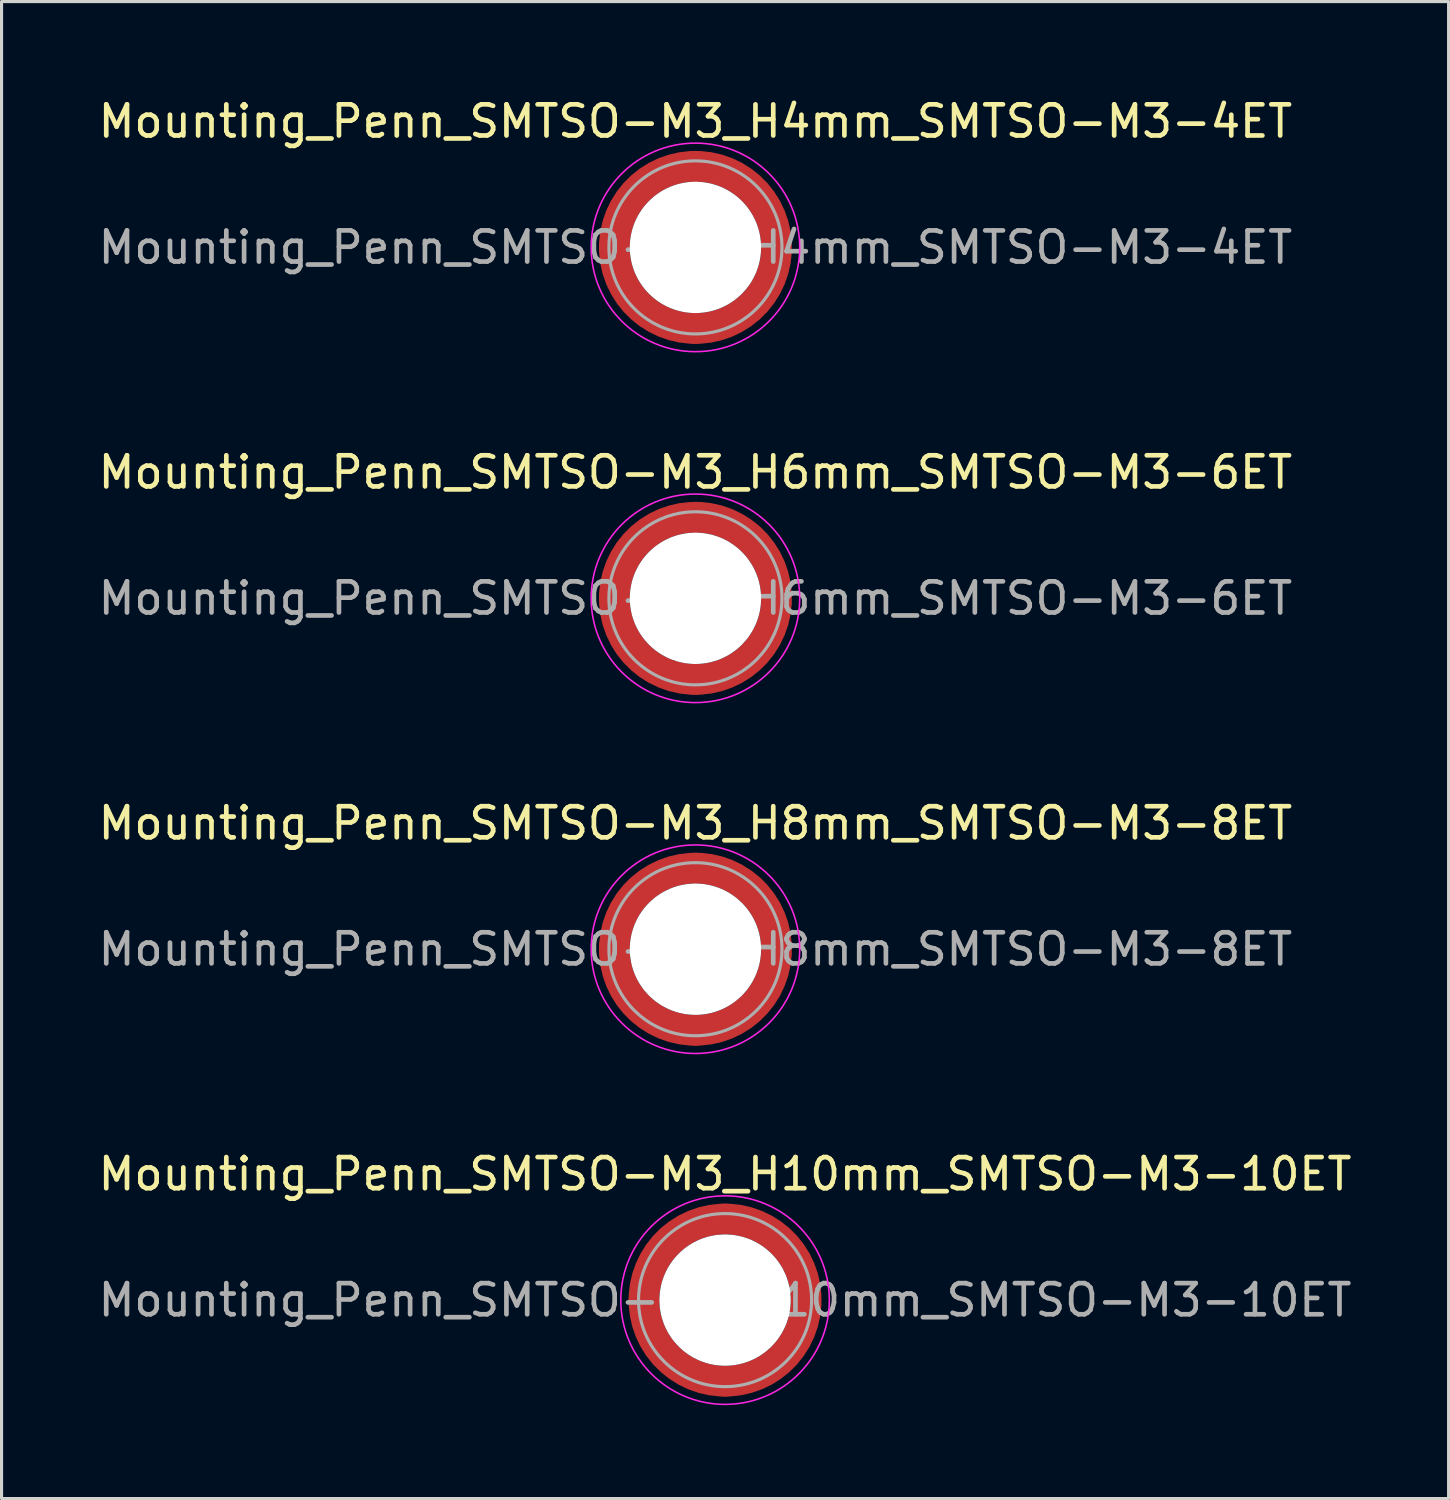
<source format=kicad_pcb>
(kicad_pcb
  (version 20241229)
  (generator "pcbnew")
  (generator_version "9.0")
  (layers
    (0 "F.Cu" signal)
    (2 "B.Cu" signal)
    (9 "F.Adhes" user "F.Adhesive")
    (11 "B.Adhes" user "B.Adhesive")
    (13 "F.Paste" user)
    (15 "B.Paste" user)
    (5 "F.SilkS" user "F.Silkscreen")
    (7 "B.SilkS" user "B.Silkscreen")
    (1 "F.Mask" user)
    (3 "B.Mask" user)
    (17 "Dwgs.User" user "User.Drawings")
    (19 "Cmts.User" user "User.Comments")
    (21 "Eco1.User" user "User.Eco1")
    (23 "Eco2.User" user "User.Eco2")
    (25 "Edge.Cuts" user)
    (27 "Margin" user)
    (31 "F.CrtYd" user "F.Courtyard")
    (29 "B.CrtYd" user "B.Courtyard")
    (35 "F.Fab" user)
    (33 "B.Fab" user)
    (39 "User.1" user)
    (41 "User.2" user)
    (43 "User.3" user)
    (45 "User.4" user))
  (footprint "Mounting_Penn_SMTSO-M3_H6mm_SMTSO-M3-6ET"
    (layer "F.Cu")
    (at 19.292 16.172)
    (property "Reference" "Mounting_Penn_SMTSO-M3_H6mm_SMTSO-M3-6ET" (at 0 -4.05 0) (layer "F.SilkS") (effects (font (size 1 1) (thickness 0.15))))
    (attr smd)
    (fp_circle (center 0 0) (end 3.35 0) (stroke (width 0.05) (type solid)) (fill no) (layer "F.CrtYd"))
    (fp_circle (center 0 0) (end 2.78 0) (stroke (width 0.1) (type solid)) (fill no) (layer "F.Fab"))
    (fp_text user "${REFERENCE}" (at 0 0 0) (layer "F.Fab") (effects (font (size 1 1) (thickness 0.15))))
    (pad "" smd custom (at -1.842 -1.842) (size 0.395 0.395) (layers "F.Paste") (options (anchor circle)) (primitives (gr_arc (start -0.448423 1.542013) (mid 0.208597 0.208597) (end 1.542013 -0.448423) (width 0.2)) (gr_arc (start -0.547562 1.542013) (mid 0.139064 0.139064) (end 1.542013 -0.547562) (width 0.2)) (gr_arc (start -0.646637 1.542013) (mid 0.069532 0.069532) (end 1.542013 -0.646637) (width 0.2)) (gr_arc (start -0.745655 1.542013) (mid 0 0) (end 1.542013 -0.745655) (width 0.2)) (gr_arc (start -0.844622 1.542013) (mid -0.069532 -0.069532) (end 1.542013 -0.844622) (width 0.2)) (gr_arc (start -0.943545 1.542013) (mid -0.139064 -0.139064) (end 1.542013 -0.943545) (width 0.2)) (gr_arc (start -1.042428 1.542013) (mid -0.208597 -0.208597) (end 1.542013 -1.042428) (width 0.2)) (gr_arc (start -1.042428 1.542013) (mid -0.208597 -0.208597) (end 1.542013 -1.042428) (width 0.2)) (gr_line (start 1.542 -0.448) (end 1.542 -1.042) (width 0.2)) (gr_line (start -0.448 1.542) (end -1.042 1.542) (width 0.2))))
    (pad "" smd custom (at -1.842 1.842) (size 0.395 0.395) (layers "F.Paste") (options (anchor circle)) (primitives (gr_arc (start 1.542013 0.448423) (mid 0.208597 -0.208597) (end -0.448423 -1.542013) (width 0.2)) (gr_arc (start 1.542013 0.547562) (mid 0.139064 -0.139064) (end -0.547562 -1.542013) (width 0.2)) (gr_arc (start 1.542013 0.646637) (mid 0.069532 -0.069532) (end -0.646637 -1.542013) (width 0.2)) (gr_arc (start 1.542013 0.745655) (mid 0 0) (end -0.745655 -1.542013) (width 0.2)) (gr_arc (start 1.542013 0.844622) (mid -0.069532 0.069532) (end -0.844622 -1.542013) (width 0.2)) (gr_arc (start 1.542013 0.943545) (mid -0.139064 0.139064) (end -0.943545 -1.542013) (width 0.2)) (gr_arc (start 1.542013 1.042428) (mid -0.208597 0.208597) (end -1.042428 -1.542013) (width 0.2)) (gr_arc (start 1.542013 1.042428) (mid -0.208597 0.208597) (end -1.042428 -1.542013) (width 0.2)) (gr_line (start -0.448 -1.542) (end -1.042 -1.542) (width 0.2)) (gr_line (start 1.542 0.448) (end 1.542 1.042) (width 0.2))))
    (pad "" np_thru_hole circle (at 0 0) (size 4.22 4.22) (drill 4.22) (layers "*.Cu" "*.Mask"))
    (pad "" smd custom (at 1.842 -1.842) (size 0.395 0.395) (layers "F.Paste") (options (anchor circle)) (primitives (gr_arc (start -1.542013 -0.448423) (mid -0.208597 0.208597) (end 0.448423 1.542013) (width 0.2)) (gr_arc (start -1.542013 -0.547562) (mid -0.139064 0.139064) (end 0.547562 1.542013) (width 0.2)) (gr_arc (start -1.542013 -0.646637) (mid -0.069532 0.069532) (end 0.646637 1.542013) (width 0.2)) (gr_arc (start -1.542013 -0.745655) (mid 0 0) (end 0.745655 1.542013) (width 0.2)) (gr_arc (start -1.542013 -0.844622) (mid 0.069532 -0.069532) (end 0.844622 1.542013) (width 0.2)) (gr_arc (start -1.542013 -0.943545) (mid 0.139064 -0.139064) (end 0.943545 1.542013) (width 0.2)) (gr_arc (start -1.542013 -1.042428) (mid 0.208597 -0.208597) (end 1.042428 1.542013) (width 0.2)) (gr_arc (start -1.542013 -1.042428) (mid 0.208597 -0.208597) (end 1.042428 1.542013) (width 0.2)) (gr_line (start 0.448 1.542) (end 1.042 1.542) (width 0.2)) (gr_line (start -1.542 -0.448) (end -1.542 -1.042) (width 0.2))))
    (pad "" smd custom (at 1.842 1.842) (size 0.395 0.395) (layers "F.Paste") (options (anchor circle)) (primitives (gr_arc (start 0.448423 -1.542013) (mid -0.208597 -0.208597) (end -1.542013 0.448423) (width 0.2)) (gr_arc (start 0.547562 -1.542013) (mid -0.139064 -0.139064) (end -1.542013 0.547562) (width 0.2)) (gr_arc (start 0.646637 -1.542013) (mid -0.069532 -0.069532) (end -1.542013 0.646637) (width 0.2)) (gr_arc (start 0.745655 -1.542013) (mid 0 0) (end -1.542013 0.745655) (width 0.2)) (gr_arc (start 0.844622 -1.542013) (mid 0.069532 0.069532) (end -1.542013 0.844622) (width 0.2)) (gr_arc (start 0.943545 -1.542013) (mid 0.139064 0.139064) (end -1.542013 0.943545) (width 0.2)) (gr_arc (start 1.042428 -1.542013) (mid 0.208597 0.208597) (end -1.542013 1.042428) (width 0.2)) (gr_arc (start 1.042428 -1.542013) (mid 0.208597 0.208597) (end -1.542013 1.042428) (width 0.2)) (gr_line (start -1.542 0.448) (end -1.542 1.042) (width 0.2)) (gr_line (start 0.448 -1.542) (end 1.042 -1.542) (width 0.2))))
    (pad "1" smd circle (at -2.605 0) (size 0.99 0.99) (layers "F.Cu"))
    (pad "1" smd circle (at 0 -2.605) (size 0.99 0.99) (layers "F.Cu"))
    (pad "1" smd circle (at 0 2.605) (size 0.99 0.99) (layers "F.Cu"))
    (pad "1" smd custom (at 2.605 0) (size 0.99 0.99) (layers "F.Cu" "F.Mask") (options (anchor circle)) (primitives (gr_circle (center -2.605 0) (end 0 0) (width 0.99) (fill no)))))
  (footprint "Mounting_Penn_SMTSO-M3_H4mm_SMTSO-M3-4ET"
    (layer "F.Cu")
    (at 19.292 4.898)
    (property "Reference" "Mounting_Penn_SMTSO-M3_H4mm_SMTSO-M3-4ET" (at 0 -4.05 0) (layer "F.SilkS") (effects (font (size 1 1) (thickness 0.15))))
    (attr smd)
    (fp_circle (center 0 0) (end 3.35 0) (stroke (width 0.05) (type solid)) (fill no) (layer "F.CrtYd"))
    (fp_circle (center 0 0) (end 2.78 0) (stroke (width 0.1) (type solid)) (fill no) (layer "F.Fab"))
    (fp_text user "${REFERENCE}" (at 0 0 0) (layer "F.Fab") (effects (font (size 1 1) (thickness 0.15))))
    (pad "" smd custom (at -1.842 -1.842) (size 0.395 0.395) (layers "F.Paste") (options (anchor circle)) (primitives (gr_arc (start -0.448423 1.542013) (mid 0.208597 0.208597) (end 1.542013 -0.448423) (width 0.2)) (gr_arc (start -0.547562 1.542013) (mid 0.139064 0.139064) (end 1.542013 -0.547562) (width 0.2)) (gr_arc (start -0.646637 1.542013) (mid 0.069532 0.069532) (end 1.542013 -0.646637) (width 0.2)) (gr_arc (start -0.745655 1.542013) (mid 0 0) (end 1.542013 -0.745655) (width 0.2)) (gr_arc (start -0.844622 1.542013) (mid -0.069532 -0.069532) (end 1.542013 -0.844622) (width 0.2)) (gr_arc (start -0.943545 1.542013) (mid -0.139064 -0.139064) (end 1.542013 -0.943545) (width 0.2)) (gr_arc (start -1.042428 1.542013) (mid -0.208597 -0.208597) (end 1.542013 -1.042428) (width 0.2)) (gr_arc (start -1.042428 1.542013) (mid -0.208597 -0.208597) (end 1.542013 -1.042428) (width 0.2)) (gr_line (start 1.542 -0.448) (end 1.542 -1.042) (width 0.2)) (gr_line (start -0.448 1.542) (end -1.042 1.542) (width 0.2))))
    (pad "" smd custom (at -1.842 1.842) (size 0.395 0.395) (layers "F.Paste") (options (anchor circle)) (primitives (gr_arc (start 1.542013 0.448423) (mid 0.208597 -0.208597) (end -0.448423 -1.542013) (width 0.2)) (gr_arc (start 1.542013 0.547562) (mid 0.139064 -0.139064) (end -0.547562 -1.542013) (width 0.2)) (gr_arc (start 1.542013 0.646637) (mid 0.069532 -0.069532) (end -0.646637 -1.542013) (width 0.2)) (gr_arc (start 1.542013 0.745655) (mid 0 0) (end -0.745655 -1.542013) (width 0.2)) (gr_arc (start 1.542013 0.844622) (mid -0.069532 0.069532) (end -0.844622 -1.542013) (width 0.2)) (gr_arc (start 1.542013 0.943545) (mid -0.139064 0.139064) (end -0.943545 -1.542013) (width 0.2)) (gr_arc (start 1.542013 1.042428) (mid -0.208597 0.208597) (end -1.042428 -1.542013) (width 0.2)) (gr_arc (start 1.542013 1.042428) (mid -0.208597 0.208597) (end -1.042428 -1.542013) (width 0.2)) (gr_line (start -0.448 -1.542) (end -1.042 -1.542) (width 0.2)) (gr_line (start 1.542 0.448) (end 1.542 1.042) (width 0.2))))
    (pad "" np_thru_hole circle (at 0 0) (size 4.22 4.22) (drill 4.22) (layers "*.Cu" "*.Mask"))
    (pad "" smd custom (at 1.842 -1.842) (size 0.395 0.395) (layers "F.Paste") (options (anchor circle)) (primitives (gr_arc (start -1.542013 -0.448423) (mid -0.208597 0.208597) (end 0.448423 1.542013) (width 0.2)) (gr_arc (start -1.542013 -0.547562) (mid -0.139064 0.139064) (end 0.547562 1.542013) (width 0.2)) (gr_arc (start -1.542013 -0.646637) (mid -0.069532 0.069532) (end 0.646637 1.542013) (width 0.2)) (gr_arc (start -1.542013 -0.745655) (mid 0 0) (end 0.745655 1.542013) (width 0.2)) (gr_arc (start -1.542013 -0.844622) (mid 0.069532 -0.069532) (end 0.844622 1.542013) (width 0.2)) (gr_arc (start -1.542013 -0.943545) (mid 0.139064 -0.139064) (end 0.943545 1.542013) (width 0.2)) (gr_arc (start -1.542013 -1.042428) (mid 0.208597 -0.208597) (end 1.042428 1.542013) (width 0.2)) (gr_arc (start -1.542013 -1.042428) (mid 0.208597 -0.208597) (end 1.042428 1.542013) (width 0.2)) (gr_line (start 0.448 1.542) (end 1.042 1.542) (width 0.2)) (gr_line (start -1.542 -0.448) (end -1.542 -1.042) (width 0.2))))
    (pad "" smd custom (at 1.842 1.842) (size 0.395 0.395) (layers "F.Paste") (options (anchor circle)) (primitives (gr_arc (start 0.448423 -1.542013) (mid -0.208597 -0.208597) (end -1.542013 0.448423) (width 0.2)) (gr_arc (start 0.547562 -1.542013) (mid -0.139064 -0.139064) (end -1.542013 0.547562) (width 0.2)) (gr_arc (start 0.646637 -1.542013) (mid -0.069532 -0.069532) (end -1.542013 0.646637) (width 0.2)) (gr_arc (start 0.745655 -1.542013) (mid 0 0) (end -1.542013 0.745655) (width 0.2)) (gr_arc (start 0.844622 -1.542013) (mid 0.069532 0.069532) (end -1.542013 0.844622) (width 0.2)) (gr_arc (start 0.943545 -1.542013) (mid 0.139064 0.139064) (end -1.542013 0.943545) (width 0.2)) (gr_arc (start 1.042428 -1.542013) (mid 0.208597 0.208597) (end -1.542013 1.042428) (width 0.2)) (gr_arc (start 1.042428 -1.542013) (mid 0.208597 0.208597) (end -1.542013 1.042428) (width 0.2)) (gr_line (start -1.542 0.448) (end -1.542 1.042) (width 0.2)) (gr_line (start 0.448 -1.542) (end 1.042 -1.542) (width 0.2))))
    (pad "1" smd circle (at -2.605 0) (size 0.99 0.99) (layers "F.Cu"))
    (pad "1" smd circle (at 0 -2.605) (size 0.99 0.99) (layers "F.Cu"))
    (pad "1" smd circle (at 0 2.605) (size 0.99 0.99) (layers "F.Cu"))
    (pad "1" smd custom (at 2.605 0) (size 0.99 0.99) (layers "F.Cu" "F.Mask") (options (anchor circle)) (primitives (gr_circle (center -2.605 0) (end 0 0) (width 0.99) (fill no)))))
  (footprint "Mounting_Penn_SMTSO-M3_H8mm_SMTSO-M3-8ET"
    (layer "F.Cu")
    (at 19.292 27.445)
    (property "Reference" "Mounting_Penn_SMTSO-M3_H8mm_SMTSO-M3-8ET" (at 0 -4.05 0) (layer "F.SilkS") (effects (font (size 1 1) (thickness 0.15))))
    (attr smd)
    (fp_circle (center 0 0) (end 3.35 0) (stroke (width 0.05) (type solid)) (fill no) (layer "F.CrtYd"))
    (fp_circle (center 0 0) (end 2.78 0) (stroke (width 0.1) (type solid)) (fill no) (layer "F.Fab"))
    (fp_text user "${REFERENCE}" (at 0 0 0) (layer "F.Fab") (effects (font (size 1 1) (thickness 0.15))))
    (pad "" smd custom (at -1.842 -1.842) (size 0.395 0.395) (layers "F.Paste") (options (anchor circle)) (primitives (gr_arc (start -0.448423 1.542013) (mid 0.208597 0.208597) (end 1.542013 -0.448423) (width 0.2)) (gr_arc (start -0.547562 1.542013) (mid 0.139064 0.139064) (end 1.542013 -0.547562) (width 0.2)) (gr_arc (start -0.646637 1.542013) (mid 0.069532 0.069532) (end 1.542013 -0.646637) (width 0.2)) (gr_arc (start -0.745655 1.542013) (mid 0 0) (end 1.542013 -0.745655) (width 0.2)) (gr_arc (start -0.844622 1.542013) (mid -0.069532 -0.069532) (end 1.542013 -0.844622) (width 0.2)) (gr_arc (start -0.943545 1.542013) (mid -0.139064 -0.139064) (end 1.542013 -0.943545) (width 0.2)) (gr_arc (start -1.042428 1.542013) (mid -0.208597 -0.208597) (end 1.542013 -1.042428) (width 0.2)) (gr_arc (start -1.042428 1.542013) (mid -0.208597 -0.208597) (end 1.542013 -1.042428) (width 0.2)) (gr_line (start 1.542 -0.448) (end 1.542 -1.042) (width 0.2)) (gr_line (start -0.448 1.542) (end -1.042 1.542) (width 0.2))))
    (pad "" smd custom (at -1.842 1.842) (size 0.395 0.395) (layers "F.Paste") (options (anchor circle)) (primitives (gr_arc (start 1.542013 0.448423) (mid 0.208597 -0.208597) (end -0.448423 -1.542013) (width 0.2)) (gr_arc (start 1.542013 0.547562) (mid 0.139064 -0.139064) (end -0.547562 -1.542013) (width 0.2)) (gr_arc (start 1.542013 0.646637) (mid 0.069532 -0.069532) (end -0.646637 -1.542013) (width 0.2)) (gr_arc (start 1.542013 0.745655) (mid 0 0) (end -0.745655 -1.542013) (width 0.2)) (gr_arc (start 1.542013 0.844622) (mid -0.069532 0.069532) (end -0.844622 -1.542013) (width 0.2)) (gr_arc (start 1.542013 0.943545) (mid -0.139064 0.139064) (end -0.943545 -1.542013) (width 0.2)) (gr_arc (start 1.542013 1.042428) (mid -0.208597 0.208597) (end -1.042428 -1.542013) (width 0.2)) (gr_arc (start 1.542013 1.042428) (mid -0.208597 0.208597) (end -1.042428 -1.542013) (width 0.2)) (gr_line (start -0.448 -1.542) (end -1.042 -1.542) (width 0.2)) (gr_line (start 1.542 0.448) (end 1.542 1.042) (width 0.2))))
    (pad "" np_thru_hole circle (at 0 0) (size 4.22 4.22) (drill 4.22) (layers "*.Cu" "*.Mask"))
    (pad "" smd custom (at 1.842 -1.842) (size 0.395 0.395) (layers "F.Paste") (options (anchor circle)) (primitives (gr_arc (start -1.542013 -0.448423) (mid -0.208597 0.208597) (end 0.448423 1.542013) (width 0.2)) (gr_arc (start -1.542013 -0.547562) (mid -0.139064 0.139064) (end 0.547562 1.542013) (width 0.2)) (gr_arc (start -1.542013 -0.646637) (mid -0.069532 0.069532) (end 0.646637 1.542013) (width 0.2)) (gr_arc (start -1.542013 -0.745655) (mid 0 0) (end 0.745655 1.542013) (width 0.2)) (gr_arc (start -1.542013 -0.844622) (mid 0.069532 -0.069532) (end 0.844622 1.542013) (width 0.2)) (gr_arc (start -1.542013 -0.943545) (mid 0.139064 -0.139064) (end 0.943545 1.542013) (width 0.2)) (gr_arc (start -1.542013 -1.042428) (mid 0.208597 -0.208597) (end 1.042428 1.542013) (width 0.2)) (gr_arc (start -1.542013 -1.042428) (mid 0.208597 -0.208597) (end 1.042428 1.542013) (width 0.2)) (gr_line (start 0.448 1.542) (end 1.042 1.542) (width 0.2)) (gr_line (start -1.542 -0.448) (end -1.542 -1.042) (width 0.2))))
    (pad "" smd custom (at 1.842 1.842) (size 0.395 0.395) (layers "F.Paste") (options (anchor circle)) (primitives (gr_arc (start 0.448423 -1.542013) (mid -0.208597 -0.208597) (end -1.542013 0.448423) (width 0.2)) (gr_arc (start 0.547562 -1.542013) (mid -0.139064 -0.139064) (end -1.542013 0.547562) (width 0.2)) (gr_arc (start 0.646637 -1.542013) (mid -0.069532 -0.069532) (end -1.542013 0.646637) (width 0.2)) (gr_arc (start 0.745655 -1.542013) (mid 0 0) (end -1.542013 0.745655) (width 0.2)) (gr_arc (start 0.844622 -1.542013) (mid 0.069532 0.069532) (end -1.542013 0.844622) (width 0.2)) (gr_arc (start 0.943545 -1.542013) (mid 0.139064 0.139064) (end -1.542013 0.943545) (width 0.2)) (gr_arc (start 1.042428 -1.542013) (mid 0.208597 0.208597) (end -1.542013 1.042428) (width 0.2)) (gr_arc (start 1.042428 -1.542013) (mid 0.208597 0.208597) (end -1.542013 1.042428) (width 0.2)) (gr_line (start -1.542 0.448) (end -1.542 1.042) (width 0.2)) (gr_line (start 0.448 -1.542) (end 1.042 -1.542) (width 0.2))))
    (pad "1" smd circle (at -2.605 0) (size 0.99 0.99) (layers "F.Cu"))
    (pad "1" smd circle (at 0 -2.605) (size 0.99 0.99) (layers "F.Cu"))
    (pad "1" smd circle (at 0 2.605) (size 0.99 0.99) (layers "F.Cu"))
    (pad "1" smd custom (at 2.605 0) (size 0.99 0.99) (layers "F.Cu" "F.Mask") (options (anchor circle)) (primitives (gr_circle (center -2.605 0) (end 0 0) (width 0.99) (fill no)))))
  (footprint "Mounting_Penn_SMTSO-M3_H10mm_SMTSO-M3-10ET"
    (layer "F.Cu")
    (at 20.244 38.718)
    (property "Reference" "Mounting_Penn_SMTSO-M3_H10mm_SMTSO-M3-10ET" (at 0 -4.05 0) (layer "F.SilkS") (effects (font (size 1 1) (thickness 0.15))))
    (attr smd)
    (fp_circle (center 0 0) (end 3.35 0) (stroke (width 0.05) (type solid)) (fill no) (layer "F.CrtYd"))
    (fp_circle (center 0 0) (end 2.78 0) (stroke (width 0.1) (type solid)) (fill no) (layer "F.Fab"))
    (fp_text user "${REFERENCE}" (at 0 0 0) (layer "F.Fab") (effects (font (size 1 1) (thickness 0.15))))
    (pad "" smd custom (at -1.842 -1.842) (size 0.395 0.395) (layers "F.Paste") (options (anchor circle)) (primitives (gr_arc (start -0.448423 1.542013) (mid 0.208597 0.208597) (end 1.542013 -0.448423) (width 0.2)) (gr_arc (start -0.547562 1.542013) (mid 0.139064 0.139064) (end 1.542013 -0.547562) (width 0.2)) (gr_arc (start -0.646637 1.542013) (mid 0.069532 0.069532) (end 1.542013 -0.646637) (width 0.2)) (gr_arc (start -0.745655 1.542013) (mid 0 0) (end 1.542013 -0.745655) (width 0.2)) (gr_arc (start -0.844622 1.542013) (mid -0.069532 -0.069532) (end 1.542013 -0.844622) (width 0.2)) (gr_arc (start -0.943545 1.542013) (mid -0.139064 -0.139064) (end 1.542013 -0.943545) (width 0.2)) (gr_arc (start -1.042428 1.542013) (mid -0.208597 -0.208597) (end 1.542013 -1.042428) (width 0.2)) (gr_arc (start -1.042428 1.542013) (mid -0.208597 -0.208597) (end 1.542013 -1.042428) (width 0.2)) (gr_line (start 1.542 -0.448) (end 1.542 -1.042) (width 0.2)) (gr_line (start -0.448 1.542) (end -1.042 1.542) (width 0.2))))
    (pad "" smd custom (at -1.842 1.842) (size 0.395 0.395) (layers "F.Paste") (options (anchor circle)) (primitives (gr_arc (start 1.542013 0.448423) (mid 0.208597 -0.208597) (end -0.448423 -1.542013) (width 0.2)) (gr_arc (start 1.542013 0.547562) (mid 0.139064 -0.139064) (end -0.547562 -1.542013) (width 0.2)) (gr_arc (start 1.542013 0.646637) (mid 0.069532 -0.069532) (end -0.646637 -1.542013) (width 0.2)) (gr_arc (start 1.542013 0.745655) (mid 0 0) (end -0.745655 -1.542013) (width 0.2)) (gr_arc (start 1.542013 0.844622) (mid -0.069532 0.069532) (end -0.844622 -1.542013) (width 0.2)) (gr_arc (start 1.542013 0.943545) (mid -0.139064 0.139064) (end -0.943545 -1.542013) (width 0.2)) (gr_arc (start 1.542013 1.042428) (mid -0.208597 0.208597) (end -1.042428 -1.542013) (width 0.2)) (gr_arc (start 1.542013 1.042428) (mid -0.208597 0.208597) (end -1.042428 -1.542013) (width 0.2)) (gr_line (start -0.448 -1.542) (end -1.042 -1.542) (width 0.2)) (gr_line (start 1.542 0.448) (end 1.542 1.042) (width 0.2))))
    (pad "" np_thru_hole circle (at 0 0) (size 4.22 4.22) (drill 4.22) (layers "*.Cu" "*.Mask"))
    (pad "" smd custom (at 1.842 -1.842) (size 0.395 0.395) (layers "F.Paste") (options (anchor circle)) (primitives (gr_arc (start -1.542013 -0.448423) (mid -0.208597 0.208597) (end 0.448423 1.542013) (width 0.2)) (gr_arc (start -1.542013 -0.547562) (mid -0.139064 0.139064) (end 0.547562 1.542013) (width 0.2)) (gr_arc (start -1.542013 -0.646637) (mid -0.069532 0.069532) (end 0.646637 1.542013) (width 0.2)) (gr_arc (start -1.542013 -0.745655) (mid 0 0) (end 0.745655 1.542013) (width 0.2)) (gr_arc (start -1.542013 -0.844622) (mid 0.069532 -0.069532) (end 0.844622 1.542013) (width 0.2)) (gr_arc (start -1.542013 -0.943545) (mid 0.139064 -0.139064) (end 0.943545 1.542013) (width 0.2)) (gr_arc (start -1.542013 -1.042428) (mid 0.208597 -0.208597) (end 1.042428 1.542013) (width 0.2)) (gr_arc (start -1.542013 -1.042428) (mid 0.208597 -0.208597) (end 1.042428 1.542013) (width 0.2)) (gr_line (start 0.448 1.542) (end 1.042 1.542) (width 0.2)) (gr_line (start -1.542 -0.448) (end -1.542 -1.042) (width 0.2))))
    (pad "" smd custom (at 1.842 1.842) (size 0.395 0.395) (layers "F.Paste") (options (anchor circle)) (primitives (gr_arc (start 0.448423 -1.542013) (mid -0.208597 -0.208597) (end -1.542013 0.448423) (width 0.2)) (gr_arc (start 0.547562 -1.542013) (mid -0.139064 -0.139064) (end -1.542013 0.547562) (width 0.2)) (gr_arc (start 0.646637 -1.542013) (mid -0.069532 -0.069532) (end -1.542013 0.646637) (width 0.2)) (gr_arc (start 0.745655 -1.542013) (mid 0 0) (end -1.542013 0.745655) (width 0.2)) (gr_arc (start 0.844622 -1.542013) (mid 0.069532 0.069532) (end -1.542013 0.844622) (width 0.2)) (gr_arc (start 0.943545 -1.542013) (mid 0.139064 0.139064) (end -1.542013 0.943545) (width 0.2)) (gr_arc (start 1.042428 -1.542013) (mid 0.208597 0.208597) (end -1.542013 1.042428) (width 0.2)) (gr_arc (start 1.042428 -1.542013) (mid 0.208597 0.208597) (end -1.542013 1.042428) (width 0.2)) (gr_line (start -1.542 0.448) (end -1.542 1.042) (width 0.2)) (gr_line (start 0.448 -1.542) (end 1.042 -1.542) (width 0.2))))
    (pad "1" smd circle (at -2.605 0) (size 0.99 0.99) (layers "F.Cu"))
    (pad "1" smd circle (at 0 -2.605) (size 0.99 0.99) (layers "F.Cu"))
    (pad "1" smd circle (at 0 2.605) (size 0.99 0.99) (layers "F.Cu"))
    (pad "1" smd custom (at 2.605 0) (size 0.99 0.99) (layers "F.Cu" "F.Mask") (options (anchor circle)) (primitives (gr_circle (center -2.605 0) (end 0 0) (width 0.99) (fill no)))))
  (gr_rect
    (start -3 -3)
    (end 43.488 45.093)
    (stroke (width 0.1) (type default))
    (fill no)
    (layer "Edge.Cuts")))
</source>
